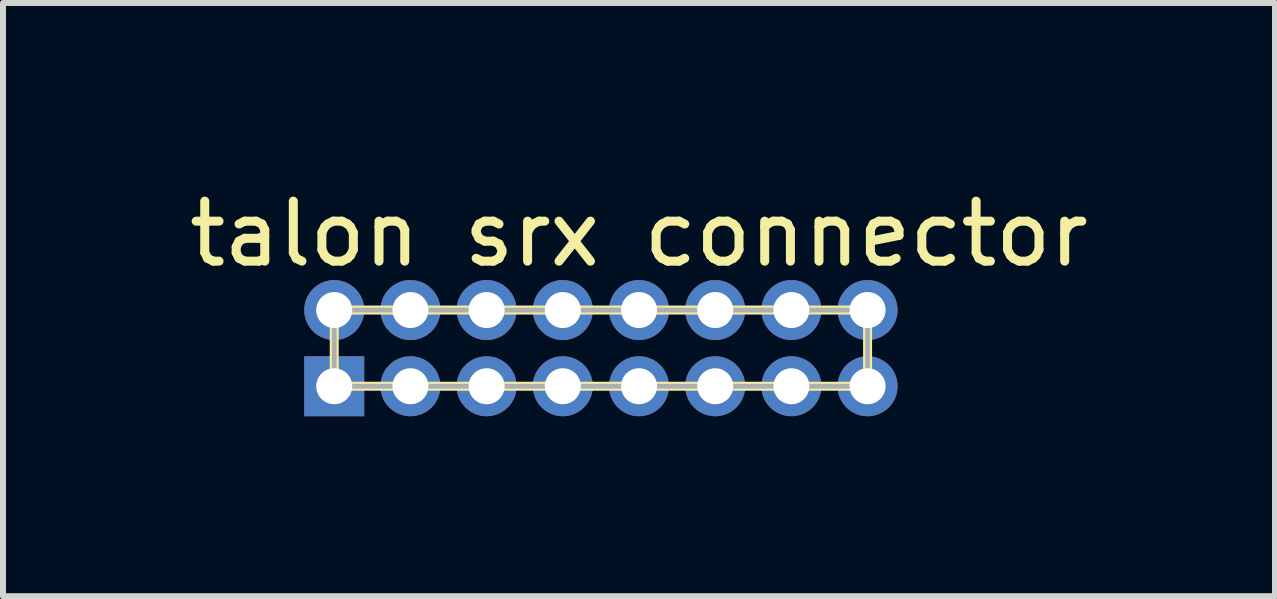
<source format=kicad_pcb>
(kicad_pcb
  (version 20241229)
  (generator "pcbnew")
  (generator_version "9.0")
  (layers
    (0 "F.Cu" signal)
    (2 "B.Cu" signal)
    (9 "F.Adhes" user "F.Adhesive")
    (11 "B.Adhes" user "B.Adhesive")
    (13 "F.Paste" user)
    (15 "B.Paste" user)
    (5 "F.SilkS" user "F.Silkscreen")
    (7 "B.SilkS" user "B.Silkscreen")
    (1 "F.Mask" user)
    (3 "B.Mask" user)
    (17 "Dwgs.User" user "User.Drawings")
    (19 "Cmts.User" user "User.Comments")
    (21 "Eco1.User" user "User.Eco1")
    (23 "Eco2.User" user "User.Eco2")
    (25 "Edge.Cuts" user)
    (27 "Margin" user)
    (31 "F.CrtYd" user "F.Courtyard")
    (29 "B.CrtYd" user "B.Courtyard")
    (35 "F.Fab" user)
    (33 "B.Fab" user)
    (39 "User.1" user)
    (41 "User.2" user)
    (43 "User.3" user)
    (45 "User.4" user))
  (footprint "talon srx connector"
    (layer "F.Cu")
    (at 2.521 3.388)
    (property "Reference" "talon srx connector" (at 5.08 -2.54 0) (layer "F.SilkS") (effects (font (size 1 1) (thickness 0.15))))
    (attr through_hole)
    (fp_line (start 0 -1.27) (end 8.89 -1.27) (stroke (width 0.15) (type solid)) (layer "F.SilkS"))
    (fp_line (start 0 0) (end 0 -1.27) (stroke (width 0.15) (type solid)) (layer "F.SilkS"))
    (fp_line (start 8.89 -1.27) (end 8.89 0) (stroke (width 0.15) (type solid)) (layer "F.SilkS"))
    (fp_line (start 8.89 0) (end 0 0) (stroke (width 0.15) (type solid)) (layer "F.SilkS"))
    (fp_line (start 0 -1.27) (end 8.89 -1.27) (stroke (width 0.08) (type solid)) (layer "F.Fab"))
    (fp_line (start 0 0) (end 0 -1.27) (stroke (width 0.08) (type solid)) (layer "F.Fab"))
    (fp_line (start 8.89 -1.27) (end 8.89 0) (stroke (width 0.08) (type solid)) (layer "F.Fab"))
    (fp_line (start 8.89 0) (end 0 0) (stroke (width 0.08) (type solid)) (layer "F.Fab"))
    (pad "1" thru_hole rect (at 0 0) (size 1 1) (drill 0.6) (layers "*.Cu" "*.Mask"))
    (pad "2" thru_hole circle (at 0 -1.27) (size 1 1) (drill 0.6) (layers "*.Cu" "*.Mask"))
    (pad "3" thru_hole circle (at 1.27 0) (size 1 1) (drill 0.6) (layers "*.Cu" "*.Mask"))
    (pad "4" thru_hole circle (at 1.27 -1.27) (size 1 1) (drill 0.6) (layers "*.Cu" "*.Mask"))
    (pad "5" thru_hole circle (at 2.54 0) (size 1 1) (drill 0.6) (layers "*.Cu" "*.Mask"))
    (pad "6" thru_hole circle (at 2.54 -1.27) (size 1 1) (drill 0.6) (layers "*.Cu" "*.Mask"))
    (pad "7" thru_hole circle (at 3.81 0) (size 1 1) (drill 0.6) (layers "*.Cu" "*.Mask"))
    (pad "8" thru_hole circle (at 3.81 -1.27) (size 1 1) (drill 0.6) (layers "*.Cu" "*.Mask"))
    (pad "9" thru_hole circle (at 5.08 0) (size 1 1) (drill 0.6) (layers "*.Cu" "*.Mask"))
    (pad "10" thru_hole circle (at 5.08 -1.27) (size 1 1) (drill 0.6) (layers "*.Cu" "*.Mask"))
    (pad "11" thru_hole circle (at 6.35 0) (size 1 1) (drill 0.6) (layers "*.Cu" "*.Mask"))
    (pad "12" thru_hole circle (at 6.35 -1.27) (size 1 1) (drill 0.6) (layers "*.Cu" "*.Mask"))
    (pad "13" thru_hole circle (at 7.62 0) (size 1 1) (drill 0.6) (layers "*.Cu" "*.Mask"))
    (pad "14" thru_hole circle (at 7.62 -1.27) (size 1 1) (drill 0.6) (layers "*.Cu" "*.Mask"))
    (pad "15" thru_hole circle (at 8.89 0) (size 1 1) (drill 0.6) (layers "*.Cu" "*.Mask"))
    (pad "16" thru_hole circle (at 8.89 -1.27) (size 1 1) (drill 0.6) (layers "*.Cu" "*.Mask")))
  (gr_rect
    (start -3 -3)
    (end 18.202 6.888)
    (stroke (width 0.1) (type default))
    (fill no)
    (layer "Edge.Cuts")))
</source>
